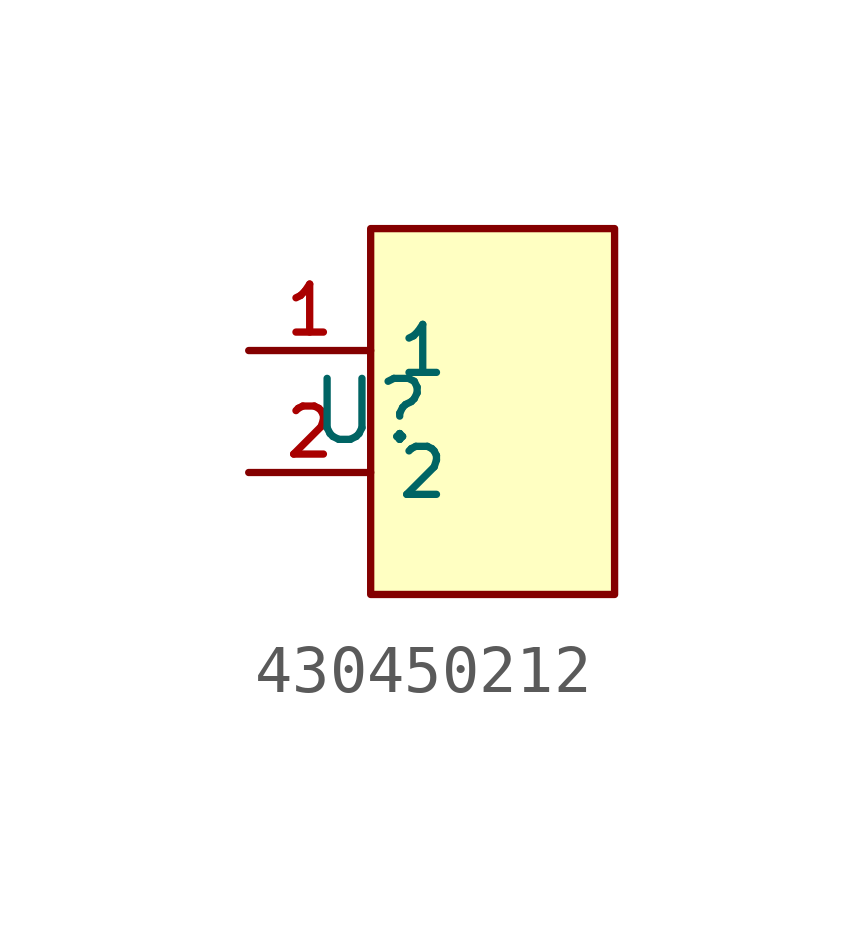
<source format=kicad_sym>
(kicad_symbol_lib
  (version 20210201)
  (generator TousstNicolas/JLC2KiCad_lib)
  (symbol "430450212"
    (property "Reference" "U"
      (at 0 1.27 0)
      (effects (font (size 1.27 1.27))))
    (symbol "430450212_0_1"
      (rectangle (start 0.0 5.08) (end 5.08 -2.54) (stroke (width 0) (type default) (color 0 0 0 0)) (fill (type background)))
      (pin unspecified line (at -2.54 2.54 0) (length 2.54) (name "1" (effects (font (size 1 1)))) (number "1" (effects (font (size 1 1)))))
      (pin unspecified line (at -2.54 -0.0 0) (length 2.54) (name "2" (effects (font (size 1 1)))) (number "2" (effects (font (size 1 1))))))))
</source>
